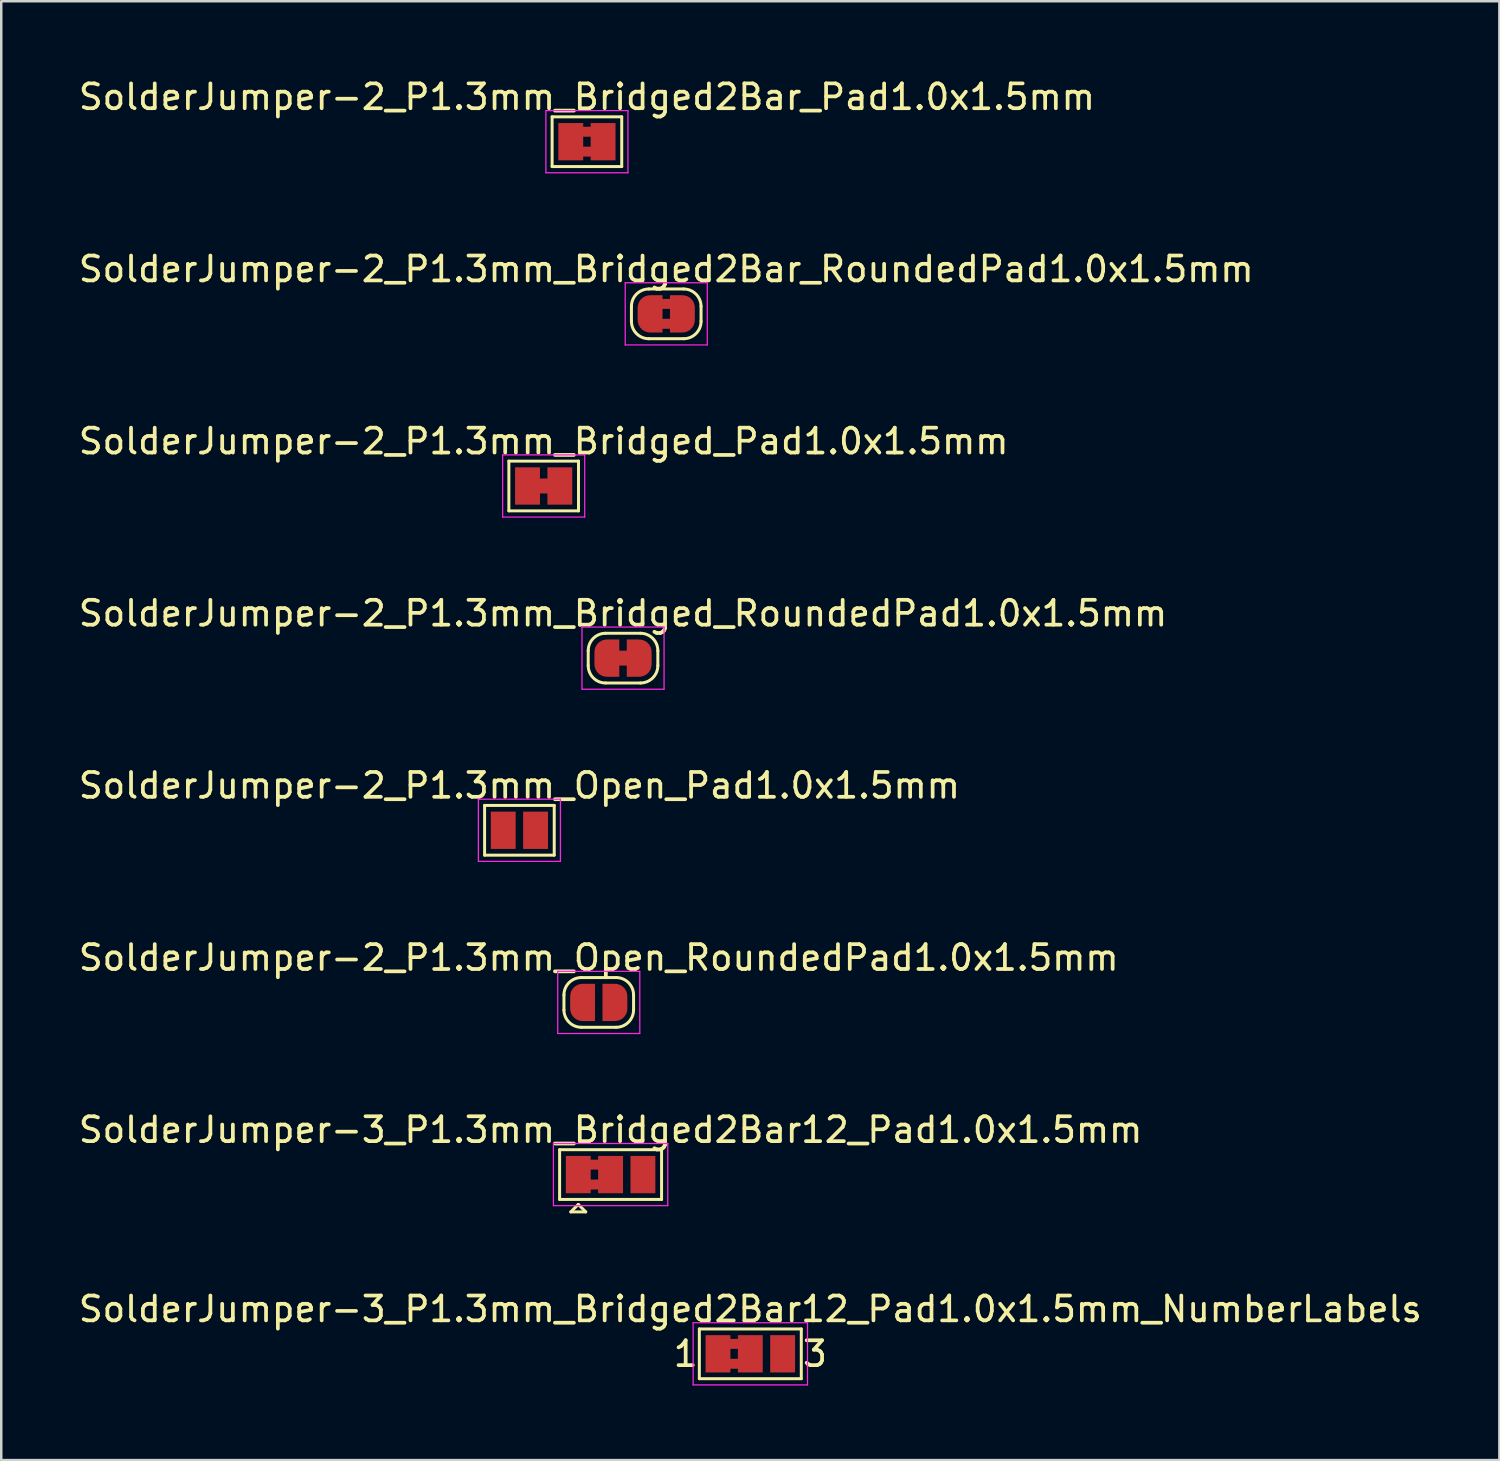
<source format=kicad_pcb>
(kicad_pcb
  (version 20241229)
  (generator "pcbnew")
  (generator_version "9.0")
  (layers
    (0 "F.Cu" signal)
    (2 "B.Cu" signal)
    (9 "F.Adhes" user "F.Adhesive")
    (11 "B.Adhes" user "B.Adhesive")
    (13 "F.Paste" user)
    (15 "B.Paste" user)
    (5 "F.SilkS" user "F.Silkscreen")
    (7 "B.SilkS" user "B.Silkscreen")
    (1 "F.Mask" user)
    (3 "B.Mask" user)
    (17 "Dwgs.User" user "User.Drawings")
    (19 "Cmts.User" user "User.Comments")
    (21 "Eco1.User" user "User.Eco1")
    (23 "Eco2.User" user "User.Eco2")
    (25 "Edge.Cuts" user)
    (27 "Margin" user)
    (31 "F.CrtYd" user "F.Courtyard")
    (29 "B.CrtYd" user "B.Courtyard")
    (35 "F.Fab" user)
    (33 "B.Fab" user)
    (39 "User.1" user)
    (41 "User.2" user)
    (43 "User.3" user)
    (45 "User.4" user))
  (footprint "SolderJumper-2_P1.3mm_Bridged2Bar_Pad1.0x1.5mm"
    (layer "F.Cu")
    (at 20.554 2.648)
    (property "Reference" "SolderJumper-2_P1.3mm_Bridged2Bar_Pad1.0x1.5mm" (at 0 -1.8 0) (layer "F.SilkS") (effects (font (size 1 1) (thickness 0.15))))
    (attr exclude_from_pos_files exclude_from_bom allow_soldermask_bridges)
    (fp_poly (pts (xy -0.25 -0.6) (xy 0.25 -0.6) (xy 0.25 -0.2) (xy -0.25 -0.2)) (stroke (width 0) (type solid)) (fill yes) (layer "F.Cu"))
    (fp_poly (pts (xy -0.25 0.2) (xy 0.25 0.2) (xy 0.25 0.6) (xy -0.25 0.6)) (stroke (width 0) (type solid)) (fill yes) (layer "F.Cu"))
    (fp_rect (start -0.15 -0.75) (end 0.15 0.75) (stroke (width 0) (type default)) (fill yes) (layer "F.Mask"))
    (fp_line (start -1.4 -1) (end 1.4 -1) (stroke (width 0.12) (type solid)) (layer "F.SilkS"))
    (fp_line (start -1.4 1) (end -1.4 -1) (stroke (width 0.12) (type solid)) (layer "F.SilkS"))
    (fp_line (start 1.4 -1) (end 1.4 1) (stroke (width 0.12) (type solid)) (layer "F.SilkS"))
    (fp_line (start 1.4 1) (end -1.4 1) (stroke (width 0.12) (type solid)) (layer "F.SilkS"))
    (fp_line (start -1.65 -1.25) (end -1.65 1.25) (stroke (width 0.05) (type solid)) (layer "F.CrtYd"))
    (fp_line (start -1.65 -1.25) (end 1.65 -1.25) (stroke (width 0.05) (type solid)) (layer "F.CrtYd"))
    (fp_line (start 1.65 1.25) (end -1.65 1.25) (stroke (width 0.05) (type solid)) (layer "F.CrtYd"))
    (fp_line (start 1.65 1.25) (end 1.65 -1.25) (stroke (width 0.05) (type solid)) (layer "F.CrtYd"))
    (pad "1" smd rect (at -0.65 0) (size 1 1.5) (layers "F.Cu" "F.Mask"))
    (pad "2" smd rect (at 0.65 0) (size 1 1.5) (layers "F.Cu" "F.Mask")))
  (footprint "SolderJumper-2_P1.3mm_Open_Pad1.0x1.5mm"
    (layer "F.Cu")
    (at 17.839 30.341)
    (property "Reference" "SolderJumper-2_P1.3mm_Open_Pad1.0x1.5mm" (at 0 -1.8 0) (layer "F.SilkS") (effects (font (size 1 1) (thickness 0.15))))
    (attr exclude_from_pos_files exclude_from_bom allow_soldermask_bridges)
    (fp_rect (start -0.15 -0.75) (end 0.15 0.75) (stroke (width 0) (type default)) (fill yes) (layer "F.Mask"))
    (fp_line (start -1.4 -1) (end 1.4 -1) (stroke (width 0.12) (type solid)) (layer "F.SilkS"))
    (fp_line (start -1.4 1) (end -1.4 -1) (stroke (width 0.12) (type solid)) (layer "F.SilkS"))
    (fp_line (start 1.4 -1) (end 1.4 1) (stroke (width 0.12) (type solid)) (layer "F.SilkS"))
    (fp_line (start 1.4 1) (end -1.4 1) (stroke (width 0.12) (type solid)) (layer "F.SilkS"))
    (fp_line (start -1.65 -1.25) (end -1.65 1.25) (stroke (width 0.05) (type solid)) (layer "F.CrtYd"))
    (fp_line (start -1.65 -1.25) (end 1.65 -1.25) (stroke (width 0.05) (type solid)) (layer "F.CrtYd"))
    (fp_line (start 1.65 1.25) (end -1.65 1.25) (stroke (width 0.05) (type solid)) (layer "F.CrtYd"))
    (fp_line (start 1.65 1.25) (end 1.65 -1.25) (stroke (width 0.05) (type solid)) (layer "F.CrtYd"))
    (pad "1" smd rect (at -0.65 0) (size 1 1.5) (layers "F.Cu" "F.Mask"))
    (pad "2" smd rect (at 0.65 0) (size 1 1.5) (layers "F.Cu" "F.Mask")))
  (footprint "SolderJumper-3_P1.3mm_Bridged2Bar12_Pad1.0x1.5mm"
    (layer "F.Cu")
    (at 21.506 44.188)
    (property "Reference" "SolderJumper-3_P1.3mm_Bridged2Bar12_Pad1.0x1.5mm" (at 0 -1.8 0) (layer "F.SilkS") (effects (font (size 1 1) (thickness 0.15))))
    (attr exclude_from_pos_files exclude_from_bom allow_soldermask_bridges)
    (fp_poly (pts (xy -0.9 -0.6) (xy -0.4 -0.6) (xy -0.4 -0.2) (xy -0.9 -0.2)) (stroke (width 0) (type solid)) (fill yes) (layer "F.Cu"))
    (fp_poly (pts (xy -0.9 0.2) (xy -0.4 0.2) (xy -0.4 0.6) (xy -0.9 0.6)) (stroke (width 0) (type solid)) (fill yes) (layer "F.Cu"))
    (fp_rect (start -0.8 -0.75) (end 0.8 0.75) (stroke (width 0) (type default)) (fill yes) (layer "F.Mask"))
    (fp_line (start -2.05 -1) (end 2.05 -1) (stroke (width 0.12) (type solid)) (layer "F.SilkS"))
    (fp_line (start -2.05 1) (end -2.05 -1) (stroke (width 0.12) (type solid)) (layer "F.SilkS"))
    (fp_line (start -1.6 1.5) (end -1 1.5) (stroke (width 0.12) (type solid)) (layer "F.SilkS"))
    (fp_line (start -1.3 1.2) (end -1.6 1.5) (stroke (width 0.12) (type solid)) (layer "F.SilkS"))
    (fp_line (start -1.3 1.2) (end -1 1.5) (stroke (width 0.12) (type solid)) (layer "F.SilkS"))
    (fp_line (start 2.05 -1) (end 2.05 1) (stroke (width 0.12) (type solid)) (layer "F.SilkS"))
    (fp_line (start 2.05 1) (end -2.05 1) (stroke (width 0.12) (type solid)) (layer "F.SilkS"))
    (fp_line (start -2.3 -1.25) (end -2.3 1.25) (stroke (width 0.05) (type solid)) (layer "F.CrtYd"))
    (fp_line (start -2.3 -1.25) (end 2.3 -1.25) (stroke (width 0.05) (type solid)) (layer "F.CrtYd"))
    (fp_line (start 2.3 1.25) (end -2.3 1.25) (stroke (width 0.05) (type solid)) (layer "F.CrtYd"))
    (fp_line (start 2.3 1.25) (end 2.3 -1.25) (stroke (width 0.05) (type solid)) (layer "F.CrtYd"))
    (pad "1" smd rect (at -1.3 0) (size 1 1.5) (layers "F.Cu" "F.Mask"))
    (pad "2" smd rect (at 0 0) (size 1 1.5) (layers "F.Cu" "F.Mask"))
    (pad "3" smd rect (at 1.3 0) (size 1 1.5) (layers "F.Cu" "F.Mask")))
  (footprint "SolderJumper-2_P1.3mm_Bridged_Pad1.0x1.5mm"
    (layer "F.Cu")
    (at 18.815 16.495)
    (property "Reference" "SolderJumper-2_P1.3mm_Bridged_Pad1.0x1.5mm" (at 0 -1.8 0) (layer "F.SilkS") (effects (font (size 1 1) (thickness 0.15))))
    (attr exclude_from_pos_files exclude_from_bom allow_soldermask_bridges)
    (fp_poly (pts (xy -0.25 -0.3) (xy 0.25 -0.3) (xy 0.25 0.3) (xy -0.25 0.3)) (stroke (width 0) (type solid)) (fill yes) (layer "F.Cu"))
    (fp_rect (start -0.15 -0.75) (end 0.15 0.75) (stroke (width 0) (type default)) (fill yes) (layer "F.Mask"))
    (fp_line (start -1.4 -1) (end 1.4 -1) (stroke (width 0.12) (type solid)) (layer "F.SilkS"))
    (fp_line (start -1.4 1) (end -1.4 -1) (stroke (width 0.12) (type solid)) (layer "F.SilkS"))
    (fp_line (start 1.4 -1) (end 1.4 1) (stroke (width 0.12) (type solid)) (layer "F.SilkS"))
    (fp_line (start 1.4 1) (end -1.4 1) (stroke (width 0.12) (type solid)) (layer "F.SilkS"))
    (fp_line (start -1.65 -1.25) (end -1.65 1.25) (stroke (width 0.05) (type solid)) (layer "F.CrtYd"))
    (fp_line (start -1.65 -1.25) (end 1.65 -1.25) (stroke (width 0.05) (type solid)) (layer "F.CrtYd"))
    (fp_line (start 1.65 1.25) (end -1.65 1.25) (stroke (width 0.05) (type solid)) (layer "F.CrtYd"))
    (fp_line (start 1.65 1.25) (end 1.65 -1.25) (stroke (width 0.05) (type solid)) (layer "F.CrtYd"))
    (pad "1" smd rect (at -0.65 0) (size 1 1.5) (layers "F.Cu" "F.Mask"))
    (pad "2" smd rect (at 0.65 0) (size 1 1.5) (layers "F.Cu" "F.Mask")))
  (footprint "SolderJumper-2_P1.3mm_Bridged2Bar_RoundedPad1.0x1.5mm"
    (layer "F.Cu")
    (at 23.744 9.572)
    (property "Reference" "SolderJumper-2_P1.3mm_Bridged2Bar_RoundedPad1.0x1.5mm" (at 0 -1.8 0) (layer "F.SilkS") (effects (font (size 1 1) (thickness 0.15))))
    (attr exclude_from_pos_files exclude_from_bom allow_soldermask_bridges)
    (fp_poly (pts (xy -0.25 -0.6) (xy 0.25 -0.6) (xy 0.25 -0.2) (xy -0.25 -0.2)) (stroke (width 0) (type solid)) (fill yes) (layer "F.Cu"))
    (fp_poly (pts (xy -0.25 0.2) (xy 0.25 0.2) (xy 0.25 0.6) (xy -0.25 0.6)) (stroke (width 0) (type solid)) (fill yes) (layer "F.Cu"))
    (fp_rect (start -0.15 -0.75) (end 0.15 0.75) (stroke (width 0) (type default)) (fill yes) (layer "F.Mask"))
    (fp_line (start -1.4 0.3) (end -1.4 -0.3) (stroke (width 0.12) (type solid)) (layer "F.SilkS"))
    (fp_line (start -0.7 -1) (end 0.7 -1) (stroke (width 0.12) (type solid)) (layer "F.SilkS"))
    (fp_line (start 0.7 1) (end -0.7 1) (stroke (width 0.12) (type solid)) (layer "F.SilkS"))
    (fp_line (start 1.4 -0.3) (end 1.4 0.3) (stroke (width 0.12) (type solid)) (layer "F.SilkS"))
    (fp_arc (start -1.4 -0.3) (mid -1.194975 -0.794975) (end -0.7 -1) (stroke (width 0.12) (type solid)) (layer "F.SilkS"))
    (fp_arc (start -0.7 1) (mid -1.194975 0.794975) (end -1.4 0.3) (stroke (width 0.12) (type solid)) (layer "F.SilkS"))
    (fp_arc (start 0.7 -1) (mid 1.194975 -0.794975) (end 1.4 -0.3) (stroke (width 0.12) (type solid)) (layer "F.SilkS"))
    (fp_arc (start 1.4 0.3) (mid 1.194975 0.794975) (end 0.7 1) (stroke (width 0.12) (type solid)) (layer "F.SilkS"))
    (fp_line (start -1.65 -1.25) (end -1.65 1.25) (stroke (width 0.05) (type solid)) (layer "F.CrtYd"))
    (fp_line (start -1.65 -1.25) (end 1.65 -1.25) (stroke (width 0.05) (type solid)) (layer "F.CrtYd"))
    (fp_line (start 1.65 1.25) (end -1.65 1.25) (stroke (width 0.05) (type solid)) (layer "F.CrtYd"))
    (fp_line (start 1.65 1.25) (end 1.65 -1.25) (stroke (width 0.05) (type solid)) (layer "F.CrtYd"))
    (pad "1" smd custom (at -0.65 0) (size 1 0.5) (layers "F.Cu" "F.Mask") (options (anchor rect)) (primitives (gr_circle (center 0 0.25) (end 0.5 0.25) (width 0) (fill yes)) (gr_circle (center 0 -0.25) (end 0.5 -0.25) (width 0) (fill yes)) (gr_poly (pts (xy 0.5 0.75) (xy 0 0.75) (xy 0 -0.75) (xy 0.5 -0.75)) (width 0) (fill yes))))
    (pad "2" smd custom (at 0.65 0) (size 1 0.5) (layers "F.Cu" "F.Mask") (options (anchor rect)) (primitives (gr_circle (center 0 0.25) (end 0.5 0.25) (width 0) (fill yes)) (gr_circle (center 0 -0.25) (end 0.5 -0.25) (width 0) (fill yes)) (gr_poly (pts (xy 0 0.75) (xy -0.5 0.75) (xy -0.5 -0.75) (xy 0 -0.75)) (width 0) (fill yes)))))
  (footprint "SolderJumper-2_P1.3mm_Bridged_RoundedPad1.0x1.5mm"
    (layer "F.Cu")
    (at 22.006 23.418)
    (property "Reference" "SolderJumper-2_P1.3mm_Bridged_RoundedPad1.0x1.5mm" (at 0 -1.8 0) (layer "F.SilkS") (effects (font (size 1 1) (thickness 0.15))))
    (attr exclude_from_pos_files exclude_from_bom allow_soldermask_bridges)
    (fp_poly (pts (xy 0.25 -0.3) (xy -0.25 -0.3) (xy -0.25 0.3) (xy 0.25 0.3)) (stroke (width 0) (type solid)) (fill yes) (layer "F.Cu"))
    (fp_rect (start -0.15 -0.75) (end 0.15 0.75) (stroke (width 0) (type default)) (fill yes) (layer "F.Mask"))
    (fp_line (start -1.4 0.3) (end -1.4 -0.3) (stroke (width 0.12) (type solid)) (layer "F.SilkS"))
    (fp_line (start -0.7 -1) (end 0.7 -1) (stroke (width 0.12) (type solid)) (layer "F.SilkS"))
    (fp_line (start 0.7 1) (end -0.7 1) (stroke (width 0.12) (type solid)) (layer "F.SilkS"))
    (fp_line (start 1.4 -0.3) (end 1.4 0.3) (stroke (width 0.12) (type solid)) (layer "F.SilkS"))
    (fp_arc (start -1.4 -0.3) (mid -1.194975 -0.794975) (end -0.7 -1) (stroke (width 0.12) (type solid)) (layer "F.SilkS"))
    (fp_arc (start -0.7 1) (mid -1.194975 0.794975) (end -1.4 0.3) (stroke (width 0.12) (type solid)) (layer "F.SilkS"))
    (fp_arc (start 0.7 -1) (mid 1.194975 -0.794975) (end 1.4 -0.3) (stroke (width 0.12) (type solid)) (layer "F.SilkS"))
    (fp_arc (start 1.4 0.3) (mid 1.194975 0.794975) (end 0.7 1) (stroke (width 0.12) (type solid)) (layer "F.SilkS"))
    (fp_line (start -1.65 -1.25) (end -1.65 1.25) (stroke (width 0.05) (type solid)) (layer "F.CrtYd"))
    (fp_line (start -1.65 -1.25) (end 1.65 -1.25) (stroke (width 0.05) (type solid)) (layer "F.CrtYd"))
    (fp_line (start 1.65 1.25) (end -1.65 1.25) (stroke (width 0.05) (type solid)) (layer "F.CrtYd"))
    (fp_line (start 1.65 1.25) (end 1.65 -1.25) (stroke (width 0.05) (type solid)) (layer "F.CrtYd"))
    (pad "1" smd custom (at -0.65 0) (size 1 0.5) (layers "F.Cu" "F.Mask") (options (anchor rect)) (primitives (gr_circle (center 0 0.25) (end 0.5 0.25) (width 0) (fill yes)) (gr_circle (center 0 -0.25) (end 0.5 -0.25) (width 0) (fill yes)) (gr_poly (pts (xy 0.5 0.75) (xy 0 0.75) (xy 0 -0.75) (xy 0.5 -0.75)) (width 0) (fill yes))))
    (pad "2" smd custom (at 0.65 0) (size 1 0.5) (layers "F.Cu" "F.Mask") (options (anchor rect)) (primitives (gr_circle (center 0 0.25) (end 0.5 0.25) (width 0) (fill yes)) (gr_circle (center 0 -0.25) (end 0.5 -0.25) (width 0) (fill yes)) (gr_poly (pts (xy 0 0.75) (xy -0.5 0.75) (xy -0.5 -0.75) (xy 0 -0.75)) (width 0) (fill yes)))))
  (footprint "SolderJumper-3_P1.3mm_Bridged2Bar12_Pad1.0x1.5mm_NumberLabels"
    (layer "F.Cu")
    (at 27.125 51.396)
    (property "Reference" "SolderJumper-3_P1.3mm_Bridged2Bar12_Pad1.0x1.5mm_NumberLabels" (at 0 -1.8 0) (layer "F.SilkS") (effects (font (size 1 1) (thickness 0.15))))
    (attr exclude_from_pos_files exclude_from_bom allow_soldermask_bridges)
    (fp_poly (pts (xy -0.9 -0.6) (xy -0.4 -0.6) (xy -0.4 -0.2) (xy -0.9 -0.2)) (stroke (width 0) (type solid)) (fill yes) (layer "F.Cu"))
    (fp_poly (pts (xy -0.9 0.2) (xy -0.4 0.2) (xy -0.4 0.6) (xy -0.9 0.6)) (stroke (width 0) (type solid)) (fill yes) (layer "F.Cu"))
    (fp_rect (start -0.8 -0.75) (end 0.8 0.75) (stroke (width 0) (type default)) (fill yes) (layer "F.Mask"))
    (fp_line (start -2.05 -1) (end 2.05 -1) (stroke (width 0.12) (type solid)) (layer "F.SilkS"))
    (fp_line (start -2.05 1) (end -2.05 -1) (stroke (width 0.12) (type solid)) (layer "F.SilkS"))
    (fp_line (start 2.05 -1) (end 2.05 1) (stroke (width 0.12) (type solid)) (layer "F.SilkS"))
    (fp_line (start 2.05 1) (end -2.05 1) (stroke (width 0.12) (type solid)) (layer "F.SilkS"))
    (fp_line (start -2.3 -1.25) (end -2.3 1.25) (stroke (width 0.05) (type solid)) (layer "F.CrtYd"))
    (fp_line (start -2.3 -1.25) (end 2.3 -1.25) (stroke (width 0.05) (type solid)) (layer "F.CrtYd"))
    (fp_line (start 2.3 1.25) (end -2.3 1.25) (stroke (width 0.05) (type solid)) (layer "F.CrtYd"))
    (fp_line (start 2.3 1.25) (end 2.3 -1.25) (stroke (width 0.05) (type solid)) (layer "F.CrtYd"))
    (fp_text user "3" (at 2.6 0 0) (layer "F.SilkS") (effects (font (size 1 1) (thickness 0.15))))
    (fp_text user "1" (at -2.6 0 0) (layer "F.SilkS") (effects (font (size 1 1) (thickness 0.15))))
    (pad "1" smd rect (at -1.3 0) (size 1 1.5) (layers "F.Cu" "F.Mask"))
    (pad "2" smd rect (at 0 0) (size 1 1.5) (layers "F.Cu" "F.Mask"))
    (pad "3" smd rect (at 1.3 0) (size 1 1.5) (layers "F.Cu" "F.Mask")))
  (footprint "SolderJumper-2_P1.3mm_Open_RoundedPad1.0x1.5mm"
    (layer "F.Cu")
    (at 21.03 37.264)
    (property "Reference" "SolderJumper-2_P1.3mm_Open_RoundedPad1.0x1.5mm" (at 0 -1.8 0) (layer "F.SilkS") (effects (font (size 1 1) (thickness 0.15))))
    (attr exclude_from_pos_files exclude_from_bom allow_soldermask_bridges)
    (fp_rect (start -0.15 -0.75) (end 0.15 0.75) (stroke (width 0) (type default)) (fill yes) (layer "F.Mask"))
    (fp_line (start -1.4 0.3) (end -1.4 -0.3) (stroke (width 0.12) (type solid)) (layer "F.SilkS"))
    (fp_line (start -0.7 -1) (end 0.7 -1) (stroke (width 0.12) (type solid)) (layer "F.SilkS"))
    (fp_line (start 0.7 1) (end -0.7 1) (stroke (width 0.12) (type solid)) (layer "F.SilkS"))
    (fp_line (start 1.4 -0.3) (end 1.4 0.3) (stroke (width 0.12) (type solid)) (layer "F.SilkS"))
    (fp_arc (start -1.4 -0.3) (mid -1.194975 -0.794975) (end -0.7 -1) (stroke (width 0.12) (type solid)) (layer "F.SilkS"))
    (fp_arc (start -0.7 1) (mid -1.194975 0.794975) (end -1.4 0.3) (stroke (width 0.12) (type solid)) (layer "F.SilkS"))
    (fp_arc (start 0.7 -1) (mid 1.194975 -0.794975) (end 1.4 -0.3) (stroke (width 0.12) (type solid)) (layer "F.SilkS"))
    (fp_arc (start 1.4 0.3) (mid 1.194975 0.794975) (end 0.7 1) (stroke (width 0.12) (type solid)) (layer "F.SilkS"))
    (fp_line (start -1.65 -1.25) (end -1.65 1.25) (stroke (width 0.05) (type solid)) (layer "F.CrtYd"))
    (fp_line (start -1.65 -1.25) (end 1.65 -1.25) (stroke (width 0.05) (type solid)) (layer "F.CrtYd"))
    (fp_line (start 1.65 1.25) (end -1.65 1.25) (stroke (width 0.05) (type solid)) (layer "F.CrtYd"))
    (fp_line (start 1.65 1.25) (end 1.65 -1.25) (stroke (width 0.05) (type solid)) (layer "F.CrtYd"))
    (pad "1" smd custom (at -0.65 0) (size 1 0.5) (layers "F.Cu" "F.Mask") (options (anchor rect)) (primitives (gr_circle (center 0 0.25) (end 0.5 0.25) (width 0) (fill yes)) (gr_circle (center 0 -0.25) (end 0.5 -0.25) (width 0) (fill yes)) (gr_poly (pts (xy 0.5 0.75) (xy 0 0.75) (xy 0 -0.75) (xy 0.5 -0.75)) (width 0) (fill yes))))
    (pad "2" smd custom (at 0.65 0) (size 1 0.5) (layers "F.Cu" "F.Mask") (options (anchor rect)) (primitives (gr_circle (center 0 0.25) (end 0.5 0.25) (width 0) (fill yes)) (gr_circle (center 0 -0.25) (end 0.5 -0.25) (width 0) (fill yes)) (gr_poly (pts (xy 0 0.75) (xy -0.5 0.75) (xy -0.5 -0.75) (xy 0 -0.75)) (width 0) (fill yes)))))
  (gr_rect
    (start -3 -3)
    (end 57.25 55.671)
    (stroke (width 0.1) (type default))
    (fill no)
    (layer "Edge.Cuts")))
</source>
